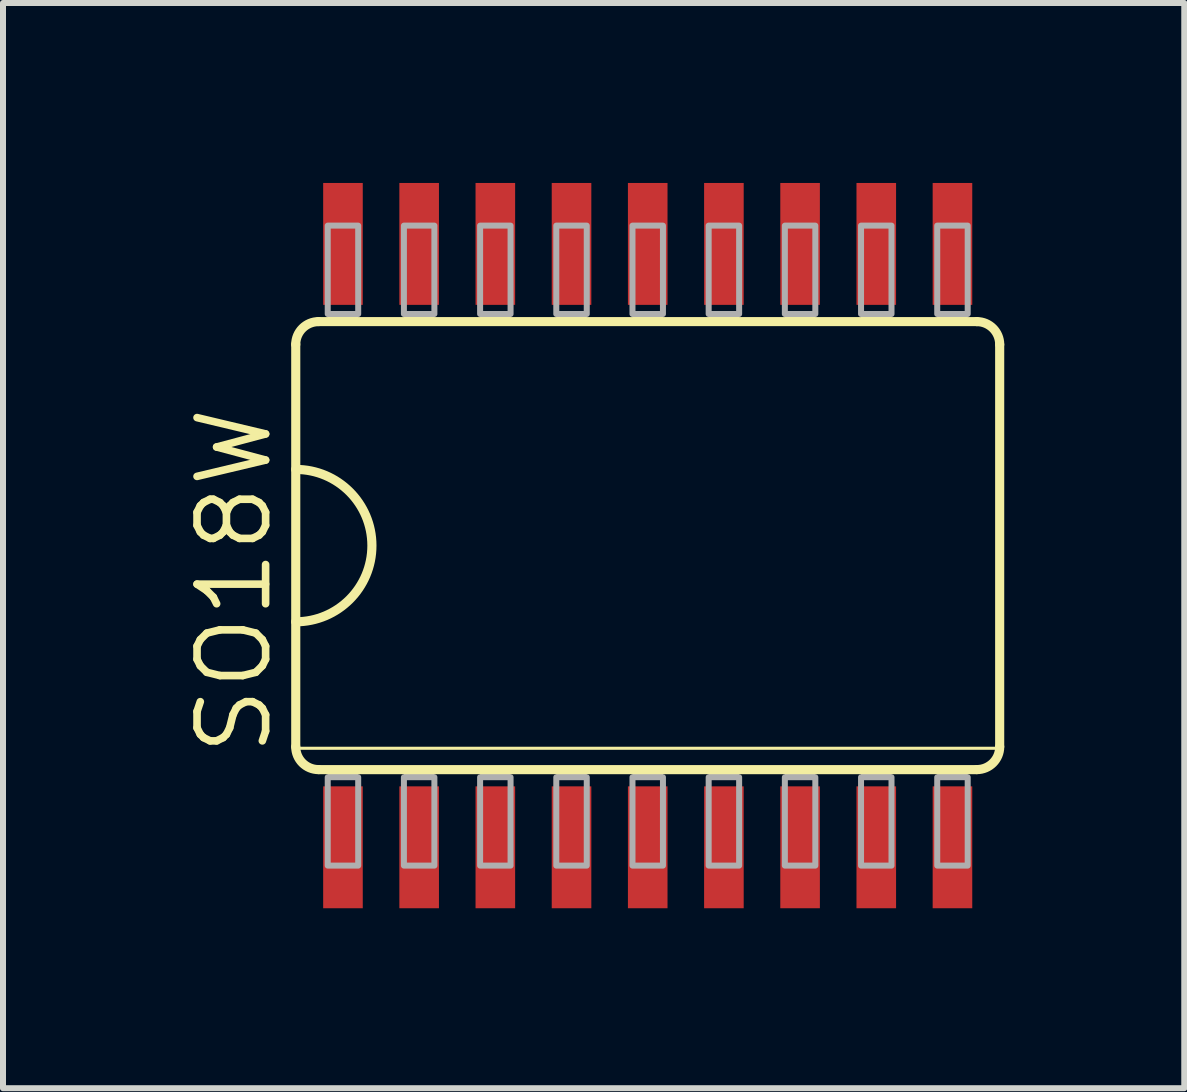
<source format=kicad_pcb>
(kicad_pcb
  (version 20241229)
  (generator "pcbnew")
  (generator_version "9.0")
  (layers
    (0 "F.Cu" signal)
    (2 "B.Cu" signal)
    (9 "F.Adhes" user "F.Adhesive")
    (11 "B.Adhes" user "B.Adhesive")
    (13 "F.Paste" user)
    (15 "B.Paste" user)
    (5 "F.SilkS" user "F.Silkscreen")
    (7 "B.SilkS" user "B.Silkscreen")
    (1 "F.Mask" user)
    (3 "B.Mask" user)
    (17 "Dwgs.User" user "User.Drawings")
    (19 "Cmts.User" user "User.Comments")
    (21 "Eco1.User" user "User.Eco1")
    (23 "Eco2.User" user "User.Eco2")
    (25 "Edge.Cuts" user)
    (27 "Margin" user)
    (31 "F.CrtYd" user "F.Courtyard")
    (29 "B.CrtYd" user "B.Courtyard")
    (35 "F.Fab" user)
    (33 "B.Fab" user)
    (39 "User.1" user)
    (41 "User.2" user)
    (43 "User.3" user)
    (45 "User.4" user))
  (footprint "SO18W"
    (layer "F.Cu")
    (at 7.747 6.045)
    (property "Reference" "SO18W" (at -6.223 3.556 90) (layer "F.SilkS") (effects (font (size 1.143 1.143) (thickness 0.127)) (justify left bottom)))
    (fp_line (start -5.867 -3.353) (end -5.867 3.353) (stroke (width 0.152) (type solid)) (layer "F.SilkS"))
    (fp_line (start -5.842 3.378) (end 5.842 3.378) (stroke (width 0.051) (type solid)) (layer "F.SilkS"))
    (fp_line (start -5.486 3.734) (end 5.486 3.734) (stroke (width 0.152) (type solid)) (layer "F.SilkS"))
    (fp_line (start 5.486 -3.734) (end -5.486 -3.734) (stroke (width 0.152) (type solid)) (layer "F.SilkS"))
    (fp_line (start 5.867 3.353) (end 5.867 -3.353) (stroke (width 0.152) (type solid)) (layer "F.SilkS"))
    (fp_arc (start -5.8674 -3.3528) (mid -5.755808 -3.622208) (end -5.4864 -3.7338) (stroke (width 0.1524) (type solid)) (layer "F.SilkS"))
    (fp_arc (start -5.8674 -1.27) (mid -4.5974 0) (end -5.8674 1.27) (stroke (width 0.1524) (type solid)) (layer "F.SilkS"))
    (fp_arc (start -5.4864 3.7338) (mid -5.755808 3.622208) (end -5.8674 3.3528) (stroke (width 0.1524) (type solid)) (layer "F.SilkS"))
    (fp_arc (start 5.4864 -3.7338) (mid 5.755808 -3.622208) (end 5.8674 -3.3528) (stroke (width 0.1524) (type solid)) (layer "F.SilkS"))
    (fp_arc (start 5.8674 3.3528) (mid 5.755808 3.622208) (end 5.4864 3.7338) (stroke (width 0.1524) (type solid)) (layer "F.SilkS"))
    (fp_poly (pts (xy -5.334 -3.734) (xy -4.826 -3.734) (xy -4.826 -3.861) (xy -5.334 -3.861)) (stroke (width 0) (type default)) (fill yes) (layer "F.SilkS"))
    (fp_poly (pts (xy -5.334 3.861) (xy -4.826 3.861) (xy -4.826 3.734) (xy -5.334 3.734)) (stroke (width 0) (type default)) (fill yes) (layer "F.SilkS"))
    (fp_poly (pts (xy -4.064 -3.734) (xy -3.556 -3.734) (xy -3.556 -3.861) (xy -4.064 -3.861)) (stroke (width 0) (type default)) (fill yes) (layer "F.SilkS"))
    (fp_poly (pts (xy -4.064 3.861) (xy -3.556 3.861) (xy -3.556 3.734) (xy -4.064 3.734)) (stroke (width 0) (type default)) (fill yes) (layer "F.SilkS"))
    (fp_poly (pts (xy -2.794 -3.734) (xy -2.286 -3.734) (xy -2.286 -3.861) (xy -2.794 -3.861)) (stroke (width 0) (type default)) (fill yes) (layer "F.SilkS"))
    (fp_poly (pts (xy -2.794 3.861) (xy -2.286 3.861) (xy -2.286 3.734) (xy -2.794 3.734)) (stroke (width 0) (type default)) (fill yes) (layer "F.SilkS"))
    (fp_poly (pts (xy -1.524 -3.734) (xy -1.016 -3.734) (xy -1.016 -3.861) (xy -1.524 -3.861)) (stroke (width 0) (type default)) (fill yes) (layer "F.SilkS"))
    (fp_poly (pts (xy -1.524 3.861) (xy -1.016 3.861) (xy -1.016 3.734) (xy -1.524 3.734)) (stroke (width 0) (type default)) (fill yes) (layer "F.SilkS"))
    (fp_poly (pts (xy -0.254 -3.734) (xy 0.254 -3.734) (xy 0.254 -3.861) (xy -0.254 -3.861)) (stroke (width 0) (type default)) (fill yes) (layer "F.SilkS"))
    (fp_poly (pts (xy -0.254 3.861) (xy 0.254 3.861) (xy 0.254 3.734) (xy -0.254 3.734)) (stroke (width 0) (type default)) (fill yes) (layer "F.SilkS"))
    (fp_poly (pts (xy 1.016 -3.734) (xy 1.524 -3.734) (xy 1.524 -3.861) (xy 1.016 -3.861)) (stroke (width 0) (type default)) (fill yes) (layer "F.SilkS"))
    (fp_poly (pts (xy 1.016 3.861) (xy 1.524 3.861) (xy 1.524 3.734) (xy 1.016 3.734)) (stroke (width 0) (type default)) (fill yes) (layer "F.SilkS"))
    (fp_poly (pts (xy 2.286 -3.734) (xy 2.794 -3.734) (xy 2.794 -3.861) (xy 2.286 -3.861)) (stroke (width 0) (type default)) (fill yes) (layer "F.SilkS"))
    (fp_poly (pts (xy 2.286 3.861) (xy 2.794 3.861) (xy 2.794 3.734) (xy 2.286 3.734)) (stroke (width 0) (type default)) (fill yes) (layer "F.SilkS"))
    (fp_poly (pts (xy 3.556 -3.734) (xy 4.064 -3.734) (xy 4.064 -3.861) (xy 3.556 -3.861)) (stroke (width 0) (type default)) (fill yes) (layer "F.SilkS"))
    (fp_poly (pts (xy 3.556 3.861) (xy 4.064 3.861) (xy 4.064 3.734) (xy 3.556 3.734)) (stroke (width 0) (type default)) (fill yes) (layer "F.SilkS"))
    (fp_poly (pts (xy 4.826 -3.734) (xy 5.334 -3.734) (xy 5.334 -3.861) (xy 4.826 -3.861)) (stroke (width 0) (type default)) (fill yes) (layer "F.SilkS"))
    (fp_poly (pts (xy 4.826 3.861) (xy 5.334 3.861) (xy 5.334 3.734) (xy 4.826 3.734)) (stroke (width 0) (type default)) (fill yes) (layer "F.SilkS"))
    (fp_poly (pts (xy -5.334 -3.861) (xy -4.826 -3.861) (xy -4.826 -5.334) (xy -5.334 -5.334)) (stroke (width 0.1) (type default)) (fill no) (layer "F.Fab"))
    (fp_poly (pts (xy -5.334 5.334) (xy -4.826 5.334) (xy -4.826 3.861) (xy -5.334 3.861)) (stroke (width 0.1) (type default)) (fill no) (layer "F.Fab"))
    (fp_poly (pts (xy -4.064 -3.861) (xy -3.556 -3.861) (xy -3.556 -5.334) (xy -4.064 -5.334)) (stroke (width 0.1) (type default)) (fill no) (layer "F.Fab"))
    (fp_poly (pts (xy -4.064 5.334) (xy -3.556 5.334) (xy -3.556 3.861) (xy -4.064 3.861)) (stroke (width 0.1) (type default)) (fill no) (layer "F.Fab"))
    (fp_poly (pts (xy -2.794 -3.861) (xy -2.286 -3.861) (xy -2.286 -5.334) (xy -2.794 -5.334)) (stroke (width 0.1) (type default)) (fill no) (layer "F.Fab"))
    (fp_poly (pts (xy -2.794 5.334) (xy -2.286 5.334) (xy -2.286 3.861) (xy -2.794 3.861)) (stroke (width 0.1) (type default)) (fill no) (layer "F.Fab"))
    (fp_poly (pts (xy -1.524 -3.861) (xy -1.016 -3.861) (xy -1.016 -5.334) (xy -1.524 -5.334)) (stroke (width 0.1) (type default)) (fill no) (layer "F.Fab"))
    (fp_poly (pts (xy -1.524 5.334) (xy -1.016 5.334) (xy -1.016 3.861) (xy -1.524 3.861)) (stroke (width 0.1) (type default)) (fill no) (layer "F.Fab"))
    (fp_poly (pts (xy -0.254 -3.861) (xy 0.254 -3.861) (xy 0.254 -5.334) (xy -0.254 -5.334)) (stroke (width 0.1) (type default)) (fill no) (layer "F.Fab"))
    (fp_poly (pts (xy -0.254 5.334) (xy 0.254 5.334) (xy 0.254 3.861) (xy -0.254 3.861)) (stroke (width 0.1) (type default)) (fill no) (layer "F.Fab"))
    (fp_poly (pts (xy 1.016 -3.861) (xy 1.524 -3.861) (xy 1.524 -5.334) (xy 1.016 -5.334)) (stroke (width 0.1) (type default)) (fill no) (layer "F.Fab"))
    (fp_poly (pts (xy 1.016 5.334) (xy 1.524 5.334) (xy 1.524 3.861) (xy 1.016 3.861)) (stroke (width 0.1) (type default)) (fill no) (layer "F.Fab"))
    (fp_poly (pts (xy 2.286 -3.861) (xy 2.794 -3.861) (xy 2.794 -5.334) (xy 2.286 -5.334)) (stroke (width 0.1) (type default)) (fill no) (layer "F.Fab"))
    (fp_poly (pts (xy 2.286 5.334) (xy 2.794 5.334) (xy 2.794 3.861) (xy 2.286 3.861)) (stroke (width 0.1) (type default)) (fill no) (layer "F.Fab"))
    (fp_poly (pts (xy 3.556 -3.861) (xy 4.064 -3.861) (xy 4.064 -5.334) (xy 3.556 -5.334)) (stroke (width 0.1) (type default)) (fill no) (layer "F.Fab"))
    (fp_poly (pts (xy 3.556 5.334) (xy 4.064 5.334) (xy 4.064 3.861) (xy 3.556 3.861)) (stroke (width 0.1) (type default)) (fill no) (layer "F.Fab"))
    (fp_poly (pts (xy 4.826 -3.861) (xy 5.334 -3.861) (xy 5.334 -5.334) (xy 4.826 -5.334)) (stroke (width 0.1) (type default)) (fill no) (layer "F.Fab"))
    (fp_poly (pts (xy 4.826 5.334) (xy 5.334 5.334) (xy 5.334 3.861) (xy 4.826 3.861)) (stroke (width 0.1) (type default)) (fill no) (layer "F.Fab"))
    (pad "1" smd rect (at -5.08 5.029) (size 0.66 2.032) (layers "F.Cu" "F.Mask" "F.Paste"))
    (pad "2" smd rect (at -3.81 5.029) (size 0.66 2.032) (layers "F.Cu" "F.Mask" "F.Paste"))
    (pad "3" smd rect (at -2.54 5.029) (size 0.66 2.032) (layers "F.Cu" "F.Mask" "F.Paste"))
    (pad "4" smd rect (at -1.27 5.029) (size 0.66 2.032) (layers "F.Cu" "F.Mask" "F.Paste"))
    (pad "5" smd rect (at 0 5.029) (size 0.66 2.032) (layers "F.Cu" "F.Mask" "F.Paste"))
    (pad "6" smd rect (at 1.27 5.029) (size 0.66 2.032) (layers "F.Cu" "F.Mask" "F.Paste"))
    (pad "7" smd rect (at 2.54 5.029) (size 0.66 2.032) (layers "F.Cu" "F.Mask" "F.Paste"))
    (pad "8" smd rect (at 3.81 5.029) (size 0.66 2.032) (layers "F.Cu" "F.Mask" "F.Paste"))
    (pad "9" smd rect (at 5.08 5.029) (size 0.66 2.032) (layers "F.Cu" "F.Mask" "F.Paste"))
    (pad "10" smd rect (at 5.08 -5.029) (size 0.66 2.032) (layers "F.Cu" "F.Mask" "F.Paste"))
    (pad "11" smd rect (at 3.81 -5.029) (size 0.66 2.032) (layers "F.Cu" "F.Mask" "F.Paste"))
    (pad "12" smd rect (at 2.54 -5.029) (size 0.66 2.032) (layers "F.Cu" "F.Mask" "F.Paste"))
    (pad "13" smd rect (at 1.27 -5.029) (size 0.66 2.032) (layers "F.Cu" "F.Mask" "F.Paste"))
    (pad "14" smd rect (at 0 -5.029) (size 0.66 2.032) (layers "F.Cu" "F.Mask" "F.Paste"))
    (pad "15" smd rect (at -1.27 -5.029) (size 0.66 2.032) (layers "F.Cu" "F.Mask" "F.Paste"))
    (pad "16" smd rect (at -2.54 -5.029) (size 0.66 2.032) (layers "F.Cu" "F.Mask" "F.Paste"))
    (pad "17" smd rect (at -3.81 -5.029) (size 0.66 2.032) (layers "F.Cu" "F.Mask" "F.Paste"))
    (pad "18" smd rect (at -5.08 -5.029) (size 0.66 2.032) (layers "F.Cu" "F.Mask" "F.Paste")))
  (gr_rect
    (start -3 -3)
    (end 16.691 15.09)
    (stroke (width 0.1) (type default))
    (fill no)
    (layer "Edge.Cuts")))
</source>
